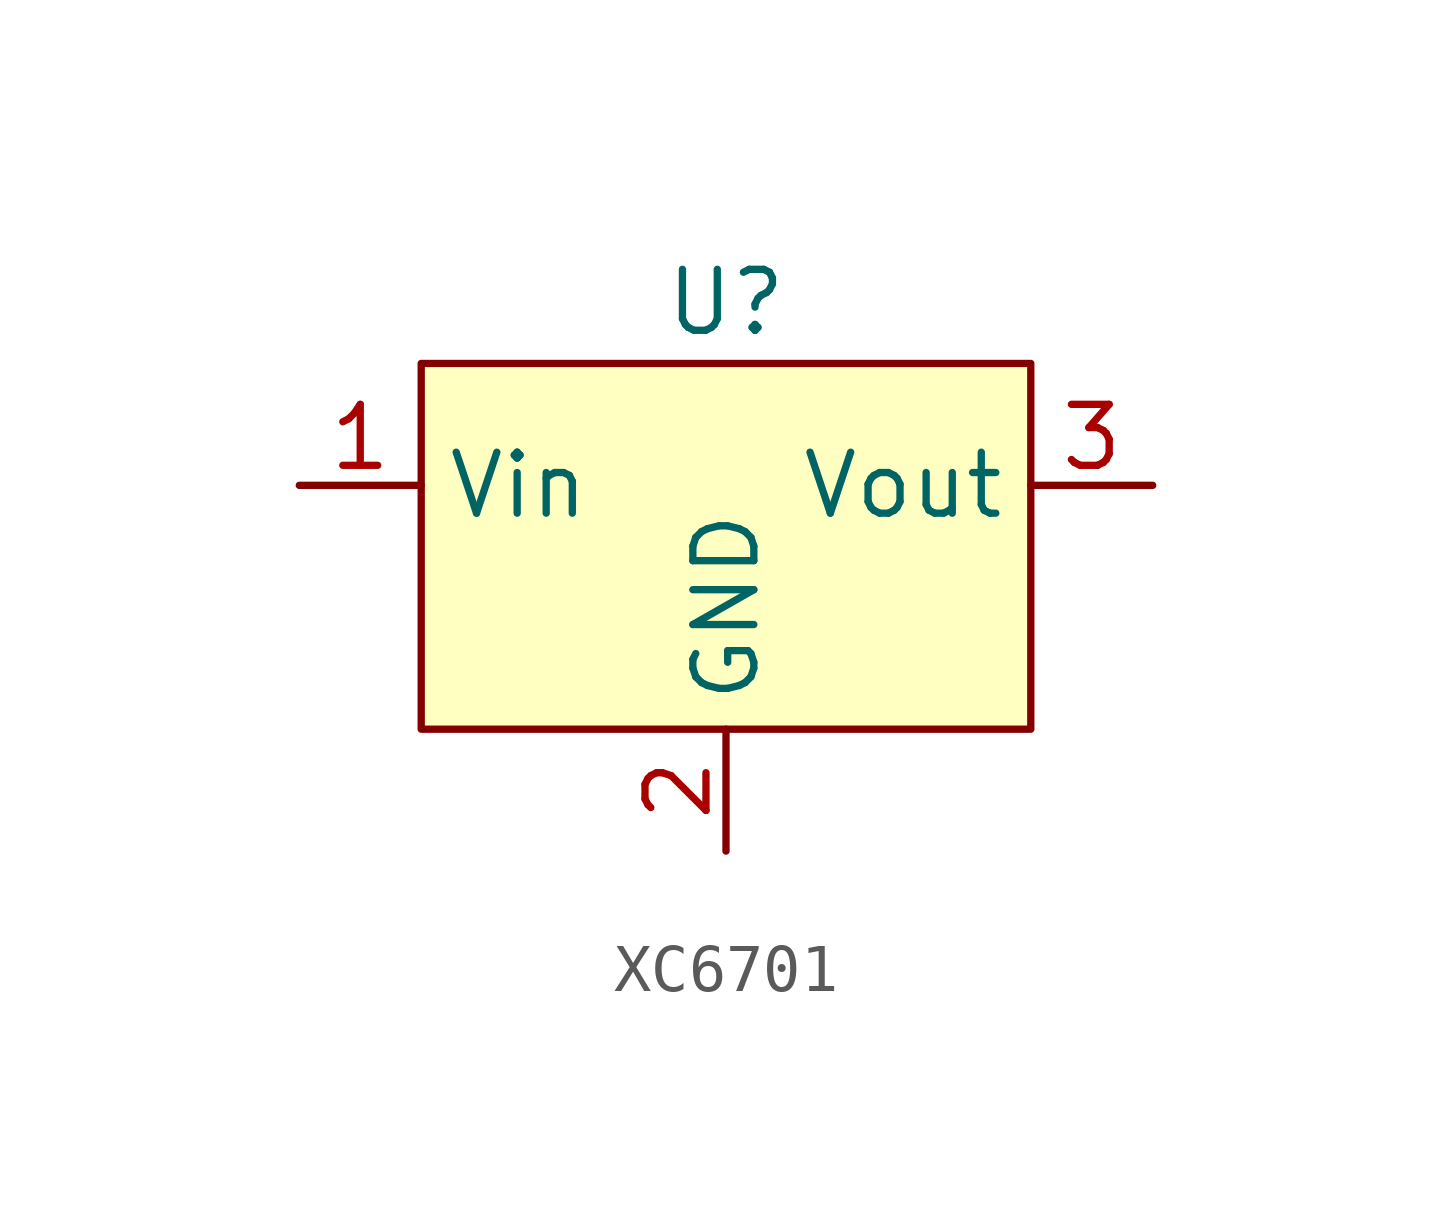
<source format=kicad_sym>
(kicad_symbol_lib
  (version 20220914)
  (generator kicad_symbol_editor)
  (symbol "XC6701"
    (property "Reference" "U"
      (at 0 5.08 0)
      (effects (font (size 1.27 1.27))))
    (property "Value" ""
      (at 0 0 0)
      (effects (font (size 1.27 1.27))))
    (symbol "XC6701_0_0"
      (pin power_in line (at -8.89 1.27 0) (length 2.54) (name "Vin" (effects (font (size 1.27 1.27)))) (number "1" (effects (font (size 1.27 1.27)))))
      (pin power_in line (at 0 -6.35 90) (length 2.54) (name "GND" (effects (font (size 1.27 1.27)))) (number "2" (effects (font (size 1.27 1.27)))))
      (pin power_out line (at 8.89 1.27 180) (length 2.54) (name "Vout" (effects (font (size 1.27 1.27)))) (number "3" (effects (font (size 1.27 1.27))))))
    (symbol "XC6701_1_1"
      (rectangle (start -6.35 3.81) (end 6.35 -3.81) (stroke (width 0) (type default)) (fill (type background))))))
</source>
